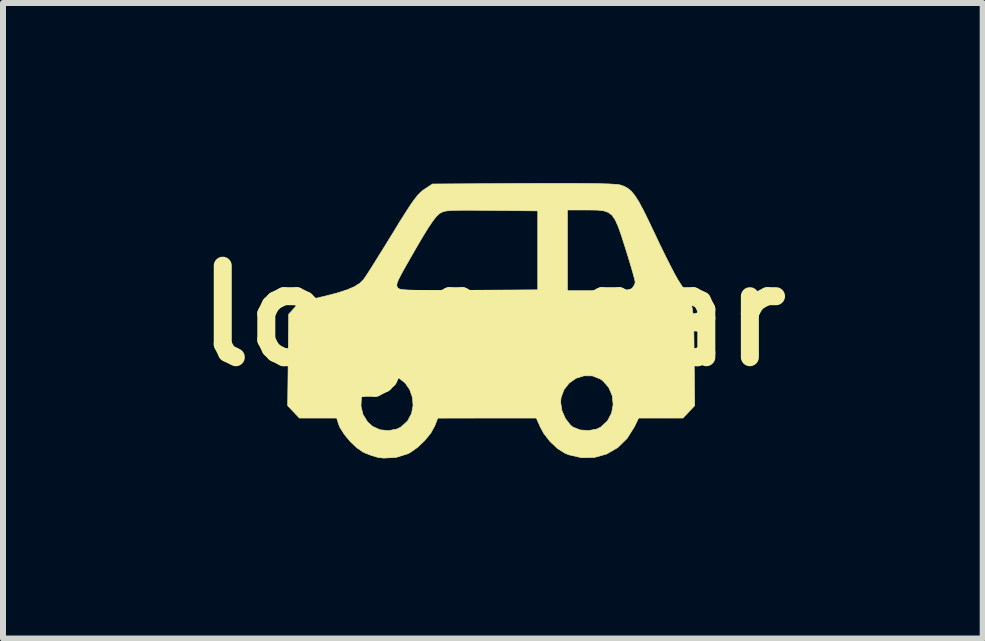
<source format=kicad_pcb>
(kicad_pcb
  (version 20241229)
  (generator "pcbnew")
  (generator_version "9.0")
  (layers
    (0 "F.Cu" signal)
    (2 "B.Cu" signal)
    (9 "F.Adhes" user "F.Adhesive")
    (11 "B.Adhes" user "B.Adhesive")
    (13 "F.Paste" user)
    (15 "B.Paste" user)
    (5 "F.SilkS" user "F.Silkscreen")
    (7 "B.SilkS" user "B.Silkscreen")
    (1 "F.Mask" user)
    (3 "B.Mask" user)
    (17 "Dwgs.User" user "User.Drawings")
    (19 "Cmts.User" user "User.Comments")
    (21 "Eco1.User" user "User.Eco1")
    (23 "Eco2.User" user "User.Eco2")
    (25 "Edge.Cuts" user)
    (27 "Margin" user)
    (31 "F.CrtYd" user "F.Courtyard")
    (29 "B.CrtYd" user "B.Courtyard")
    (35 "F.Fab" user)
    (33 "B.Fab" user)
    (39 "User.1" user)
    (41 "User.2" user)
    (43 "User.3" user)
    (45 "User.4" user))
  (footprint "logo_car"
    (layer "F.Cu")
    (at 5.16 2.211)
    (property "Reference" "logo_car" (at 0 0 0) (layer "F.SilkS") (effects (font (size 1.524 1.524) (thickness 0.3))))
    (attr through_hole)
    (fp_poly (pts (xy 1.234 -2.206) (xy 1.521 -2.205) (xy 1.752 -2.202) (xy 1.928 -2.197) (xy 2.048 -2.19) (xy 2.113 -2.182) (xy 2.116 -2.182) (xy 2.188 -2.157) (xy 2.251 -2.122) (xy 2.311 -2.071) (xy 2.37 -1.997) (xy 2.435 -1.894) (xy 2.51 -1.754) (xy 2.599 -1.573) (xy 2.692 -1.377) (xy 2.782 -1.187) (xy 2.871 -1.005) (xy 2.954 -0.84) (xy 3.025 -0.704) (xy 3.079 -0.607) (xy 3.094 -0.583) (xy 3.165 -0.472) (xy 3.221 -0.381) (xy 3.265 -0.301) (xy 3.296 -0.223) (xy 3.319 -0.137) (xy 3.334 -0.035) (xy 3.343 0.091) (xy 3.348 0.252) (xy 3.351 0.456) (xy 3.353 0.681) (xy 3.362 1.497) (xy 3.264 1.6) (xy 3.167 1.703) (xy 2.428 1.703) (xy 2.359 1.847) (xy 2.236 2.043) (xy 2.079 2.196) (xy 1.896 2.302) (xy 1.693 2.359) (xy 1.48 2.364) (xy 1.263 2.314) (xy 1.203 2.29) (xy 1.079 2.212) (xy 0.955 2.096) (xy 0.849 1.96) (xy 0.791 1.854) (xy 0.724 1.703) (xy -0.097 1.703) (xy -0.917 1.704) (xy -0.969 1.836) (xy -1.034 1.954) (xy -1.136 2.079) (xy -1.257 2.193) (xy -1.381 2.28) (xy -1.419 2.299) (xy -1.614 2.359) (xy -1.818 2.37) (xy -1.915 2.358) (xy -2.021 2.327) (xy -2.134 2.283) (xy -2.162 2.27) (xy -2.266 2.198) (xy -2.375 2.095) (xy -2.473 1.977) (xy -2.546 1.862) (xy -2.569 1.807) (xy -2.601 1.703) (xy -3.223 1.703) (xy -3.32 1.6) (xy -3.411 1.504) (xy -2.197 1.504) (xy -2.164 1.642) (xy -2.088 1.766) (xy -2.007 1.84) (xy -1.881 1.898) (xy -1.737 1.913) (xy -1.597 1.886) (xy -1.531 1.853) (xy -1.421 1.753) (xy -1.355 1.63) (xy -1.329 1.496) (xy -1.333 1.44) (xy 1.129 1.44) (xy 1.151 1.58) (xy 1.21 1.714) (xy 1.294 1.822) (xy 1.335 1.854) (xy 1.454 1.901) (xy 1.593 1.912) (xy 1.728 1.887) (xy 1.799 1.853) (xy 1.91 1.75) (xy 1.978 1.621) (xy 2.004 1.477) (xy 1.989 1.331) (xy 1.931 1.195) (xy 1.833 1.083) (xy 1.789 1.052) (xy 1.657 1) (xy 1.519 0.999) (xy 1.387 1.04) (xy 1.272 1.12) (xy 1.185 1.23) (xy 1.136 1.364) (xy 1.129 1.44) (xy -1.333 1.44) (xy -1.34 1.359) (xy -1.384 1.23) (xy -1.46 1.12) (xy -1.563 1.038) (xy -1.691 0.995) (xy -1.798 0.994) (xy -1.944 1.037) (xy -2.06 1.12) (xy -2.142 1.233) (xy -2.189 1.364) (xy -2.197 1.504) (xy -3.411 1.504) (xy -3.418 1.497) (xy -3.409 0.736) (xy -3.401 -0.025) (xy -3.33 -0.105) (xy -3.287 -0.152) (xy -3.244 -0.187) (xy -3.191 -0.217) (xy -3.119 -0.244) (xy -3.016 -0.274) (xy -2.872 -0.31) (xy -2.795 -0.328) (xy -2.588 -0.382) (xy -2.429 -0.433) (xy -2.309 -0.484) (xy -2.261 -0.514) (xy -1.601 -0.514) (xy -1.597 -0.489) (xy -1.585 -0.468) (xy -1.58 -0.462) (xy -1.565 -0.451) (xy -1.536 -0.442) (xy -1.488 -0.435) (xy -1.416 -0.43) (xy -1.315 -0.426) (xy -1.179 -0.424) (xy -1.005 -0.423) (xy -0.786 -0.423) (xy -0.517 -0.425) (xy -0.398 -0.425) (xy 0.748 -0.433) (xy 0.748 -1.748) (xy -0.024 -1.756) (xy -0.254 -1.758) (xy -0.434 -1.759) (xy -0.572 -1.758) (xy -0.674 -1.756) (xy -0.749 -1.75) (xy -0.802 -1.742) (xy -0.84 -1.73) (xy -0.871 -1.714) (xy -0.89 -1.703) (xy -0.938 -1.659) (xy -1 -1.58) (xy -1.08 -1.461) (xy -1.18 -1.298) (xy -1.281 -1.125) (xy -1.39 -0.935) (xy -1.473 -0.789) (xy -1.533 -0.68) (xy -1.572 -0.603) (xy -1.594 -0.55) (xy -1.601 -0.514) (xy -2.261 -0.514) (xy -2.22 -0.539) (xy -2.159 -0.598) (xy -2.129 -0.64) (xy -2.073 -0.725) (xy -1.996 -0.846) (xy -1.903 -0.995) (xy -1.797 -1.165) (xy -1.689 -1.34) (xy -1.562 -1.549) (xy -1.459 -1.712) (xy -1.426 -1.763) (xy 1.242 -1.763) (xy 1.242 -0.418) (xy 1.762 -0.418) (xy 1.951 -0.419) (xy 2.092 -0.422) (xy 2.192 -0.427) (xy 2.259 -0.435) (xy 2.301 -0.448) (xy 2.326 -0.465) (xy 2.326 -0.465) (xy 2.363 -0.525) (xy 2.371 -0.562) (xy 2.362 -0.606) (xy 2.338 -0.696) (xy 2.302 -0.822) (xy 2.256 -0.974) (xy 2.213 -1.112) (xy 2.147 -1.32) (xy 2.092 -1.478) (xy 2.041 -1.594) (xy 1.988 -1.673) (xy 1.926 -1.722) (xy 1.847 -1.749) (xy 1.746 -1.761) (xy 1.615 -1.763) (xy 1.564 -1.763) (xy 1.242 -1.763) (xy -1.426 -1.763) (xy -1.378 -1.838) (xy -1.312 -1.932) (xy -1.258 -2.001) (xy -1.211 -2.051) (xy -1.167 -2.089) (xy -1.141 -2.107) (xy -1.006 -2.196) (xy 0.499 -2.205) (xy 0.894 -2.206) (xy 1.234 -2.206)) (stroke (width 0.01) (type solid)) (fill yes) (layer "F.SilkS")))
  (gr_rect
    (start -3 -3)
    (end 13.32 7.587)
    (stroke (width 0.1) (type default))
    (fill no)
    (layer "Edge.Cuts")))
</source>
